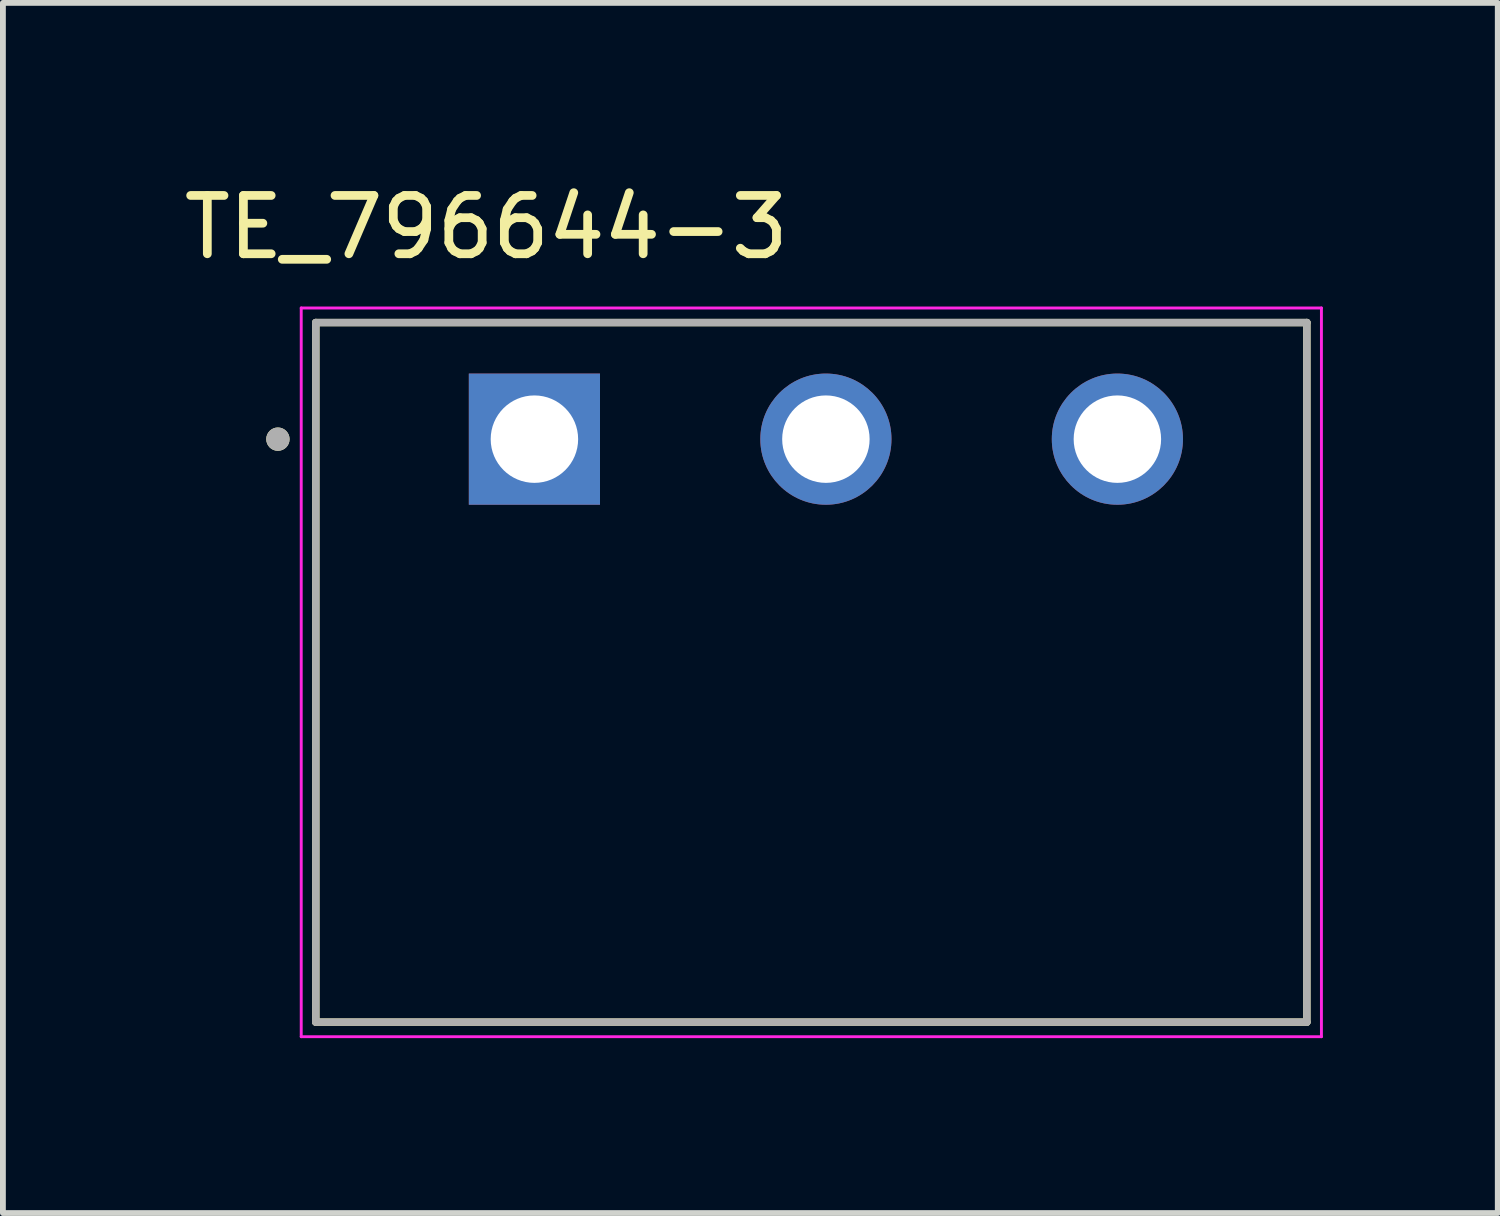
<source format=kicad_pcb>
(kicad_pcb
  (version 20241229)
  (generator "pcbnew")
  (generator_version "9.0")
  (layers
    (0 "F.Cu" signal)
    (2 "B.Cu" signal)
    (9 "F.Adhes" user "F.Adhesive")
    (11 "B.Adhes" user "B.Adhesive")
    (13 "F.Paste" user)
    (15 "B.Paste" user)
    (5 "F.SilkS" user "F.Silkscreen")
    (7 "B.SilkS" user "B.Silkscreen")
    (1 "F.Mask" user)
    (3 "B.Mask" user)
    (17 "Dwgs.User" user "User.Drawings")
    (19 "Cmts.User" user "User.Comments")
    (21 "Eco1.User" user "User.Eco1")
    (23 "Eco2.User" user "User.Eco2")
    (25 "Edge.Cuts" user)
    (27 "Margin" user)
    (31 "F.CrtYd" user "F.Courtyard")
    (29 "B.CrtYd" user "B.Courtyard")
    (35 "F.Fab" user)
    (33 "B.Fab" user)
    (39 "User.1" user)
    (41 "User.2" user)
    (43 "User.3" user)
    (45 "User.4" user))
  (footprint "TE_796644-3"
    (layer "F.Cu")
    (at 10.867 8.483)
    (property "Reference" "TE_796644-3" (at -5.575 -7.635 0) (layer "F.SilkS") (effects (font (size 1 1) (thickness 0.15))))
    (attr through_hole)
    (fp_line (start -8.5 6) (end -8.5 -6) (stroke (width 0.127) (type solid)) (layer "F.SilkS"))
    (fp_line (start 8.5 -6) (end -8.5 -6) (stroke (width 0.127) (type solid)) (layer "F.SilkS"))
    (fp_line (start 8.5 -6) (end 8.5 6) (stroke (width 0.127) (type solid)) (layer "F.SilkS"))
    (fp_line (start 8.5 6) (end -8.5 6) (stroke (width 0.127) (type solid)) (layer "F.SilkS"))
    (fp_circle (center -9.15 -4) (end -9.05 -4) (stroke (width 0.2) (type solid)) (fill no) (layer "F.SilkS"))
    (fp_line (start -8.75 -6.25) (end 8.75 -6.25) (stroke (width 0.05) (type solid)) (layer "F.CrtYd"))
    (fp_line (start -8.75 6.25) (end -8.75 -6.25) (stroke (width 0.05) (type solid)) (layer "F.CrtYd"))
    (fp_line (start 8.75 -6.25) (end 8.75 6.25) (stroke (width 0.05) (type solid)) (layer "F.CrtYd"))
    (fp_line (start 8.75 6.25) (end -8.75 6.25) (stroke (width 0.05) (type solid)) (layer "F.CrtYd"))
    (fp_line (start -8.5 -6) (end 8.5 -6) (stroke (width 0.127) (type solid)) (layer "F.Fab"))
    (fp_line (start -8.5 6) (end -8.5 -6) (stroke (width 0.127) (type solid)) (layer "F.Fab"))
    (fp_line (start 8.5 -6) (end 8.5 6) (stroke (width 0.127) (type solid)) (layer "F.Fab"))
    (fp_line (start 8.5 6) (end -8.5 6) (stroke (width 0.127) (type solid)) (layer "F.Fab"))
    (fp_circle (center -9.15 -4) (end -9.05 -4) (stroke (width 0.2) (type solid)) (fill no) (layer "F.Fab"))
    (pad "1" thru_hole rect (at -4.75 -4) (size 2.25 2.25) (drill 1.5) (layers "*.Cu" "*.Mask"))
    (pad "2" thru_hole circle (at 0.25 -4) (size 2.25 2.25) (drill 1.5) (layers "*.Cu" "*.Mask"))
    (pad "3" thru_hole circle (at 5.25 -4) (size 2.25 2.25) (drill 1.5) (layers "*.Cu" "*.Mask")))
  (gr_rect
    (start -3 -3)
    (end 22.642 17.758)
    (stroke (width 0.1) (type default))
    (fill no)
    (layer "Edge.Cuts")))
</source>
